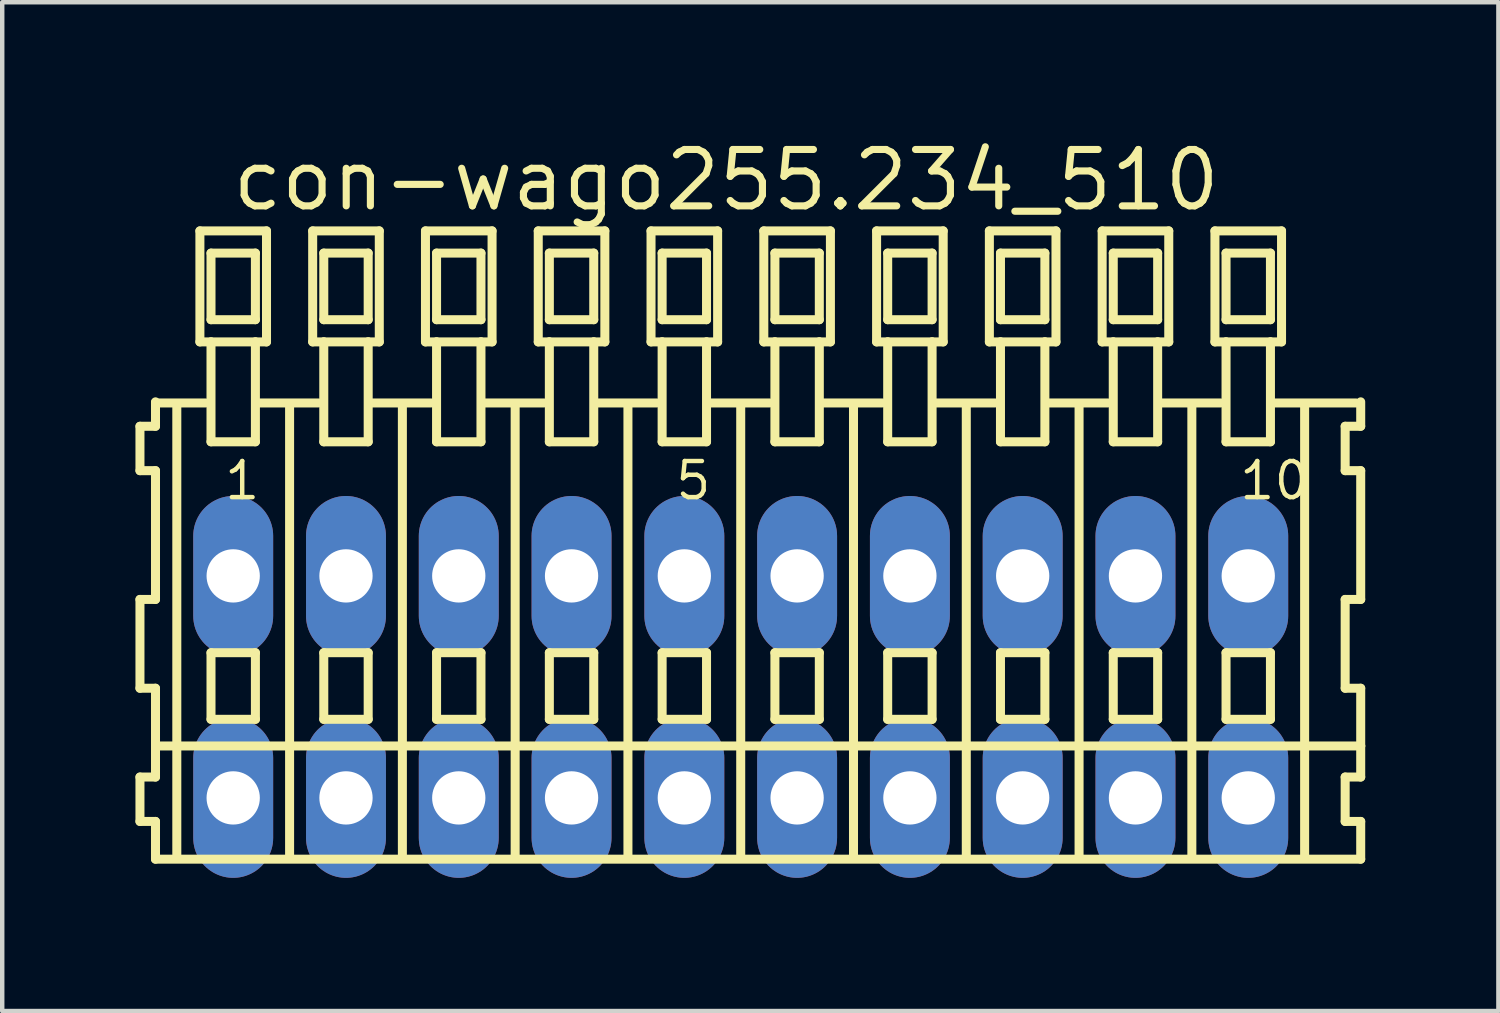
<source format=kicad_pcb>
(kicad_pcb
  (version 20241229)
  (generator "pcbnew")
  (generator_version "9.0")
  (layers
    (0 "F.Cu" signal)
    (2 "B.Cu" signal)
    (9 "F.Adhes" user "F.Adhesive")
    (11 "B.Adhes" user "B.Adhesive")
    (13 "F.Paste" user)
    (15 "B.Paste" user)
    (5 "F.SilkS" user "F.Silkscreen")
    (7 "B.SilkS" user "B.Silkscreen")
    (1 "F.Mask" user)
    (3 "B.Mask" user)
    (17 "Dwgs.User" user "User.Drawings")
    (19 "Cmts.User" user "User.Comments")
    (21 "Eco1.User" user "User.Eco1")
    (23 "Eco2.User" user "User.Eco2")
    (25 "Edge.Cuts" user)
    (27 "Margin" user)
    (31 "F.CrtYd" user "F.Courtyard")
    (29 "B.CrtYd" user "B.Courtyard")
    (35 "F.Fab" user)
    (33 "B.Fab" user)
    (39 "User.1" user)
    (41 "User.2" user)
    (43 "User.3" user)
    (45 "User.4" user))
  (footprint "con-wago255.234_510"
    (layer "F.Cu")
    (at 13.632 12.42)
    (property "Reference" "con-wago255.234_510" (at -11.53 -10.67 0) (layer "F.SilkS") (effects (font (size 1.27 1.27) (thickness 0.16)) (justify left bottom)))
    (attr through_hole)
    (fp_line (start -13.53 -5.87) (end -13.53 -4.87) (stroke (width 0.203) (type default)) (layer "F.SilkS"))
    (fp_line (start -13.53 -4.87) (end -13.18 -4.87) (stroke (width 0.203) (type default)) (layer "F.SilkS"))
    (fp_line (start -13.53 -1.97) (end -13.53 0.03) (stroke (width 0.203) (type default)) (layer "F.SilkS"))
    (fp_line (start -13.53 0.03) (end -13.18 0.03) (stroke (width 0.203) (type default)) (layer "F.SilkS"))
    (fp_line (start -13.53 2.03) (end -13.53 3.03) (stroke (width 0.203) (type default)) (layer "F.SilkS"))
    (fp_line (start -13.53 3.03) (end -13.18 3.03) (stroke (width 0.203) (type default)) (layer "F.SilkS"))
    (fp_line (start -13.18 -6.42) (end -13.18 -6.395) (stroke (width 0.203) (type default)) (layer "F.SilkS"))
    (fp_line (start -13.18 -6.395) (end -13.18 -5.87) (stroke (width 0.203) (type default)) (layer "F.SilkS"))
    (fp_line (start -13.18 -6.395) (end -12.055 -6.395) (stroke (width 0.203) (type default)) (layer "F.SilkS"))
    (fp_line (start -13.18 -5.87) (end -13.53 -5.87) (stroke (width 0.203) (type default)) (layer "F.SilkS"))
    (fp_line (start -13.18 -4.87) (end -13.18 -1.97) (stroke (width 0.203) (type default)) (layer "F.SilkS"))
    (fp_line (start -13.18 -1.97) (end -13.53 -1.97) (stroke (width 0.203) (type default)) (layer "F.SilkS"))
    (fp_line (start -13.18 0.03) (end -13.18 1.33) (stroke (width 0.203) (type default)) (layer "F.SilkS"))
    (fp_line (start -13.18 1.33) (end -13.18 2.03) (stroke (width 0.203) (type default)) (layer "F.SilkS"))
    (fp_line (start -13.18 1.33) (end 13.963 1.33) (stroke (width 0.203) (type default)) (layer "F.SilkS"))
    (fp_line (start -13.18 2.03) (end -13.53 2.03) (stroke (width 0.203) (type default)) (layer "F.SilkS"))
    (fp_line (start -13.18 3.03) (end -13.18 3.88) (stroke (width 0.203) (type default)) (layer "F.SilkS"))
    (fp_line (start -13.18 3.88) (end 13.963 3.88) (stroke (width 0.203) (type default)) (layer "F.SilkS"))
    (fp_line (start -12.7 3.83) (end -12.7 -6.33) (stroke (width 0.203) (type default)) (layer "F.SilkS"))
    (fp_line (start -12.18 -10.27) (end -12.18 -7.77) (stroke (width 0.203) (type default)) (layer "F.SilkS"))
    (fp_line (start -12.18 -7.77) (end -11.93 -7.77) (stroke (width 0.203) (type default)) (layer "F.SilkS"))
    (fp_line (start -11.93 -9.77) (end -11.93 -8.27) (stroke (width 0.203) (type default)) (layer "F.SilkS"))
    (fp_line (start -11.93 -8.27) (end -10.93 -8.27) (stroke (width 0.203) (type default)) (layer "F.SilkS"))
    (fp_line (start -11.93 -7.77) (end -11.93 -5.52) (stroke (width 0.203) (type default)) (layer "F.SilkS"))
    (fp_line (start -11.93 -7.77) (end -10.93 -7.77) (stroke (width 0.203) (type default)) (layer "F.SilkS"))
    (fp_line (start -11.93 -5.52) (end -10.93 -5.52) (stroke (width 0.203) (type default)) (layer "F.SilkS"))
    (fp_line (start -11.93 -0.77) (end -11.93 0.73) (stroke (width 0.203) (type default)) (layer "F.SilkS"))
    (fp_line (start -11.93 0.73) (end -10.93 0.73) (stroke (width 0.203) (type default)) (layer "F.SilkS"))
    (fp_line (start -10.93 -9.77) (end -11.93 -9.77) (stroke (width 0.203) (type default)) (layer "F.SilkS"))
    (fp_line (start -10.93 -8.27) (end -10.93 -9.77) (stroke (width 0.203) (type default)) (layer "F.SilkS"))
    (fp_line (start -10.93 -7.77) (end -10.68 -7.77) (stroke (width 0.203) (type default)) (layer "F.SilkS"))
    (fp_line (start -10.93 -5.52) (end -10.93 -7.77) (stroke (width 0.203) (type default)) (layer "F.SilkS"))
    (fp_line (start -10.93 -0.77) (end -11.93 -0.77) (stroke (width 0.203) (type default)) (layer "F.SilkS"))
    (fp_line (start -10.93 0.73) (end -10.93 -0.77) (stroke (width 0.203) (type default)) (layer "F.SilkS"))
    (fp_line (start -10.894 -6.395) (end -9.515 -6.395) (stroke (width 0.203) (type default)) (layer "F.SilkS"))
    (fp_line (start -10.68 -10.27) (end -12.18 -10.27) (stroke (width 0.203) (type default)) (layer "F.SilkS"))
    (fp_line (start -10.68 -7.77) (end -10.68 -10.27) (stroke (width 0.203) (type default)) (layer "F.SilkS"))
    (fp_line (start -10.16 3.83) (end -10.16 -6.33) (stroke (width 0.203) (type default)) (layer "F.SilkS"))
    (fp_line (start -9.64 -10.27) (end -9.64 -7.77) (stroke (width 0.203) (type default)) (layer "F.SilkS"))
    (fp_line (start -9.64 -7.77) (end -9.39 -7.77) (stroke (width 0.203) (type default)) (layer "F.SilkS"))
    (fp_line (start -9.39 -9.77) (end -9.39 -8.27) (stroke (width 0.203) (type default)) (layer "F.SilkS"))
    (fp_line (start -9.39 -8.27) (end -8.39 -8.27) (stroke (width 0.203) (type default)) (layer "F.SilkS"))
    (fp_line (start -9.39 -7.77) (end -9.39 -5.52) (stroke (width 0.203) (type default)) (layer "F.SilkS"))
    (fp_line (start -9.39 -7.77) (end -8.39 -7.77) (stroke (width 0.203) (type default)) (layer "F.SilkS"))
    (fp_line (start -9.39 -5.52) (end -8.39 -5.52) (stroke (width 0.203) (type default)) (layer "F.SilkS"))
    (fp_line (start -9.39 -0.77) (end -9.39 0.73) (stroke (width 0.203) (type default)) (layer "F.SilkS"))
    (fp_line (start -9.39 0.73) (end -8.39 0.73) (stroke (width 0.203) (type default)) (layer "F.SilkS"))
    (fp_line (start -8.39 -9.77) (end -9.39 -9.77) (stroke (width 0.203) (type default)) (layer "F.SilkS"))
    (fp_line (start -8.39 -8.27) (end -8.39 -9.77) (stroke (width 0.203) (type default)) (layer "F.SilkS"))
    (fp_line (start -8.39 -7.77) (end -8.14 -7.77) (stroke (width 0.203) (type default)) (layer "F.SilkS"))
    (fp_line (start -8.39 -5.52) (end -8.39 -7.77) (stroke (width 0.203) (type default)) (layer "F.SilkS"))
    (fp_line (start -8.39 -0.77) (end -9.39 -0.77) (stroke (width 0.203) (type default)) (layer "F.SilkS"))
    (fp_line (start -8.39 0.73) (end -8.39 -0.77) (stroke (width 0.203) (type default)) (layer "F.SilkS"))
    (fp_line (start -8.354 -6.395) (end -6.975 -6.395) (stroke (width 0.203) (type default)) (layer "F.SilkS"))
    (fp_line (start -8.14 -10.27) (end -9.64 -10.27) (stroke (width 0.203) (type default)) (layer "F.SilkS"))
    (fp_line (start -8.14 -7.77) (end -8.14 -10.27) (stroke (width 0.203) (type default)) (layer "F.SilkS"))
    (fp_line (start -7.62 3.83) (end -7.62 -6.33) (stroke (width 0.203) (type default)) (layer "F.SilkS"))
    (fp_line (start -7.1 -10.27) (end -7.1 -7.77) (stroke (width 0.203) (type default)) (layer "F.SilkS"))
    (fp_line (start -7.1 -7.77) (end -6.85 -7.77) (stroke (width 0.203) (type default)) (layer "F.SilkS"))
    (fp_line (start -6.85 -9.77) (end -6.85 -8.27) (stroke (width 0.203) (type default)) (layer "F.SilkS"))
    (fp_line (start -6.85 -8.27) (end -5.85 -8.27) (stroke (width 0.203) (type default)) (layer "F.SilkS"))
    (fp_line (start -6.85 -7.77) (end -6.85 -5.52) (stroke (width 0.203) (type default)) (layer "F.SilkS"))
    (fp_line (start -6.85 -7.77) (end -5.85 -7.77) (stroke (width 0.203) (type default)) (layer "F.SilkS"))
    (fp_line (start -6.85 -5.52) (end -5.85 -5.52) (stroke (width 0.203) (type default)) (layer "F.SilkS"))
    (fp_line (start -6.85 -0.77) (end -6.85 0.73) (stroke (width 0.203) (type default)) (layer "F.SilkS"))
    (fp_line (start -6.85 0.73) (end -5.85 0.73) (stroke (width 0.203) (type default)) (layer "F.SilkS"))
    (fp_line (start -5.85 -9.77) (end -6.85 -9.77) (stroke (width 0.203) (type default)) (layer "F.SilkS"))
    (fp_line (start -5.85 -8.27) (end -5.85 -9.77) (stroke (width 0.203) (type default)) (layer "F.SilkS"))
    (fp_line (start -5.85 -7.77) (end -5.6 -7.77) (stroke (width 0.203) (type default)) (layer "F.SilkS"))
    (fp_line (start -5.85 -5.52) (end -5.85 -7.77) (stroke (width 0.203) (type default)) (layer "F.SilkS"))
    (fp_line (start -5.85 -0.77) (end -6.85 -0.77) (stroke (width 0.203) (type default)) (layer "F.SilkS"))
    (fp_line (start -5.85 0.73) (end -5.85 -0.77) (stroke (width 0.203) (type default)) (layer "F.SilkS"))
    (fp_line (start -5.814 -6.395) (end -4.435 -6.395) (stroke (width 0.203) (type default)) (layer "F.SilkS"))
    (fp_line (start -5.6 -10.27) (end -7.1 -10.27) (stroke (width 0.203) (type default)) (layer "F.SilkS"))
    (fp_line (start -5.6 -7.77) (end -5.6 -10.27) (stroke (width 0.203) (type default)) (layer "F.SilkS"))
    (fp_line (start -5.08 3.83) (end -5.08 -6.33) (stroke (width 0.203) (type default)) (layer "F.SilkS"))
    (fp_line (start -4.56 -10.27) (end -4.56 -7.77) (stroke (width 0.203) (type default)) (layer "F.SilkS"))
    (fp_line (start -4.56 -7.77) (end -4.31 -7.77) (stroke (width 0.203) (type default)) (layer "F.SilkS"))
    (fp_line (start -4.31 -9.77) (end -4.31 -8.27) (stroke (width 0.203) (type default)) (layer "F.SilkS"))
    (fp_line (start -4.31 -8.27) (end -3.31 -8.27) (stroke (width 0.203) (type default)) (layer "F.SilkS"))
    (fp_line (start -4.31 -7.77) (end -4.31 -5.52) (stroke (width 0.203) (type default)) (layer "F.SilkS"))
    (fp_line (start -4.31 -7.77) (end -3.31 -7.77) (stroke (width 0.203) (type default)) (layer "F.SilkS"))
    (fp_line (start -4.31 -5.52) (end -3.31 -5.52) (stroke (width 0.203) (type default)) (layer "F.SilkS"))
    (fp_line (start -4.31 -0.77) (end -4.31 0.73) (stroke (width 0.203) (type default)) (layer "F.SilkS"))
    (fp_line (start -4.31 0.73) (end -3.31 0.73) (stroke (width 0.203) (type default)) (layer "F.SilkS"))
    (fp_line (start -3.31 -9.77) (end -4.31 -9.77) (stroke (width 0.203) (type default)) (layer "F.SilkS"))
    (fp_line (start -3.31 -8.27) (end -3.31 -9.77) (stroke (width 0.203) (type default)) (layer "F.SilkS"))
    (fp_line (start -3.31 -7.77) (end -3.06 -7.77) (stroke (width 0.203) (type default)) (layer "F.SilkS"))
    (fp_line (start -3.31 -5.52) (end -3.31 -7.77) (stroke (width 0.203) (type default)) (layer "F.SilkS"))
    (fp_line (start -3.31 -0.77) (end -4.31 -0.77) (stroke (width 0.203) (type default)) (layer "F.SilkS"))
    (fp_line (start -3.31 0.73) (end -3.31 -0.77) (stroke (width 0.203) (type default)) (layer "F.SilkS"))
    (fp_line (start -3.274 -6.395) (end -1.895 -6.395) (stroke (width 0.203) (type default)) (layer "F.SilkS"))
    (fp_line (start -3.06 -10.27) (end -4.56 -10.27) (stroke (width 0.203) (type default)) (layer "F.SilkS"))
    (fp_line (start -3.06 -7.77) (end -3.06 -10.27) (stroke (width 0.203) (type default)) (layer "F.SilkS"))
    (fp_line (start -2.54 3.83) (end -2.54 -6.33) (stroke (width 0.203) (type default)) (layer "F.SilkS"))
    (fp_line (start -2.02 -10.27) (end -2.02 -7.77) (stroke (width 0.203) (type default)) (layer "F.SilkS"))
    (fp_line (start -2.02 -7.77) (end -1.77 -7.77) (stroke (width 0.203) (type default)) (layer "F.SilkS"))
    (fp_line (start -1.77 -9.77) (end -1.77 -8.27) (stroke (width 0.203) (type default)) (layer "F.SilkS"))
    (fp_line (start -1.77 -8.27) (end -0.77 -8.27) (stroke (width 0.203) (type default)) (layer "F.SilkS"))
    (fp_line (start -1.77 -7.77) (end -1.77 -5.52) (stroke (width 0.203) (type default)) (layer "F.SilkS"))
    (fp_line (start -1.77 -7.77) (end -0.77 -7.77) (stroke (width 0.203) (type default)) (layer "F.SilkS"))
    (fp_line (start -1.77 -5.52) (end -0.77 -5.52) (stroke (width 0.203) (type default)) (layer "F.SilkS"))
    (fp_line (start -1.77 -0.77) (end -1.77 0.73) (stroke (width 0.203) (type default)) (layer "F.SilkS"))
    (fp_line (start -1.77 0.73) (end -0.77 0.73) (stroke (width 0.203) (type default)) (layer "F.SilkS"))
    (fp_line (start -0.77 -9.77) (end -1.77 -9.77) (stroke (width 0.203) (type default)) (layer "F.SilkS"))
    (fp_line (start -0.77 -8.27) (end -0.77 -9.77) (stroke (width 0.203) (type default)) (layer "F.SilkS"))
    (fp_line (start -0.77 -7.77) (end -0.52 -7.77) (stroke (width 0.203) (type default)) (layer "F.SilkS"))
    (fp_line (start -0.77 -5.52) (end -0.77 -7.77) (stroke (width 0.203) (type default)) (layer "F.SilkS"))
    (fp_line (start -0.77 -0.77) (end -1.77 -0.77) (stroke (width 0.203) (type default)) (layer "F.SilkS"))
    (fp_line (start -0.77 0.73) (end -0.77 -0.77) (stroke (width 0.203) (type default)) (layer "F.SilkS"))
    (fp_line (start -0.734 -6.395) (end 0.645 -6.395) (stroke (width 0.203) (type default)) (layer "F.SilkS"))
    (fp_line (start -0.52 -10.27) (end -2.02 -10.27) (stroke (width 0.203) (type default)) (layer "F.SilkS"))
    (fp_line (start -0.52 -7.77) (end -0.52 -10.27) (stroke (width 0.203) (type default)) (layer "F.SilkS"))
    (fp_line (start 0 3.83) (end 0 -6.33) (stroke (width 0.203) (type default)) (layer "F.SilkS"))
    (fp_line (start 0.52 -10.27) (end 0.52 -7.77) (stroke (width 0.203) (type default)) (layer "F.SilkS"))
    (fp_line (start 0.52 -7.77) (end 0.77 -7.77) (stroke (width 0.203) (type default)) (layer "F.SilkS"))
    (fp_line (start 0.77 -9.77) (end 0.77 -8.27) (stroke (width 0.203) (type default)) (layer "F.SilkS"))
    (fp_line (start 0.77 -8.27) (end 1.77 -8.27) (stroke (width 0.203) (type default)) (layer "F.SilkS"))
    (fp_line (start 0.77 -7.77) (end 0.77 -5.52) (stroke (width 0.203) (type default)) (layer "F.SilkS"))
    (fp_line (start 0.77 -7.77) (end 1.77 -7.77) (stroke (width 0.203) (type default)) (layer "F.SilkS"))
    (fp_line (start 0.77 -5.52) (end 1.77 -5.52) (stroke (width 0.203) (type default)) (layer "F.SilkS"))
    (fp_line (start 0.77 -0.77) (end 0.77 0.73) (stroke (width 0.203) (type default)) (layer "F.SilkS"))
    (fp_line (start 0.77 0.73) (end 1.77 0.73) (stroke (width 0.203) (type default)) (layer "F.SilkS"))
    (fp_line (start 1.77 -9.77) (end 0.77 -9.77) (stroke (width 0.203) (type default)) (layer "F.SilkS"))
    (fp_line (start 1.77 -8.27) (end 1.77 -9.77) (stroke (width 0.203) (type default)) (layer "F.SilkS"))
    (fp_line (start 1.77 -7.77) (end 2.02 -7.77) (stroke (width 0.203) (type default)) (layer "F.SilkS"))
    (fp_line (start 1.77 -5.52) (end 1.77 -7.77) (stroke (width 0.203) (type default)) (layer "F.SilkS"))
    (fp_line (start 1.77 -0.77) (end 0.77 -0.77) (stroke (width 0.203) (type default)) (layer "F.SilkS"))
    (fp_line (start 1.77 0.73) (end 1.77 -0.77) (stroke (width 0.203) (type default)) (layer "F.SilkS"))
    (fp_line (start 1.806 -6.395) (end 3.185 -6.395) (stroke (width 0.203) (type default)) (layer "F.SilkS"))
    (fp_line (start 2.02 -10.27) (end 0.52 -10.27) (stroke (width 0.203) (type default)) (layer "F.SilkS"))
    (fp_line (start 2.02 -7.77) (end 2.02 -10.27) (stroke (width 0.203) (type default)) (layer "F.SilkS"))
    (fp_line (start 2.54 3.83) (end 2.54 -6.33) (stroke (width 0.203) (type default)) (layer "F.SilkS"))
    (fp_line (start 3.06 -10.27) (end 3.06 -7.77) (stroke (width 0.203) (type default)) (layer "F.SilkS"))
    (fp_line (start 3.06 -7.77) (end 3.31 -7.77) (stroke (width 0.203) (type default)) (layer "F.SilkS"))
    (fp_line (start 3.31 -9.77) (end 3.31 -8.27) (stroke (width 0.203) (type default)) (layer "F.SilkS"))
    (fp_line (start 3.31 -8.27) (end 4.31 -8.27) (stroke (width 0.203) (type default)) (layer "F.SilkS"))
    (fp_line (start 3.31 -7.77) (end 3.31 -5.52) (stroke (width 0.203) (type default)) (layer "F.SilkS"))
    (fp_line (start 3.31 -7.77) (end 4.31 -7.77) (stroke (width 0.203) (type default)) (layer "F.SilkS"))
    (fp_line (start 3.31 -5.52) (end 4.31 -5.52) (stroke (width 0.203) (type default)) (layer "F.SilkS"))
    (fp_line (start 3.31 -0.77) (end 3.31 0.73) (stroke (width 0.203) (type default)) (layer "F.SilkS"))
    (fp_line (start 3.31 0.73) (end 4.31 0.73) (stroke (width 0.203) (type default)) (layer "F.SilkS"))
    (fp_line (start 4.31 -9.77) (end 3.31 -9.77) (stroke (width 0.203) (type default)) (layer "F.SilkS"))
    (fp_line (start 4.31 -8.27) (end 4.31 -9.77) (stroke (width 0.203) (type default)) (layer "F.SilkS"))
    (fp_line (start 4.31 -7.77) (end 4.56 -7.77) (stroke (width 0.203) (type default)) (layer "F.SilkS"))
    (fp_line (start 4.31 -5.52) (end 4.31 -7.77) (stroke (width 0.203) (type default)) (layer "F.SilkS"))
    (fp_line (start 4.31 -0.77) (end 3.31 -0.77) (stroke (width 0.203) (type default)) (layer "F.SilkS"))
    (fp_line (start 4.31 0.73) (end 4.31 -0.77) (stroke (width 0.203) (type default)) (layer "F.SilkS"))
    (fp_line (start 4.346 -6.395) (end 5.725 -6.395) (stroke (width 0.203) (type default)) (layer "F.SilkS"))
    (fp_line (start 4.56 -10.27) (end 3.06 -10.27) (stroke (width 0.203) (type default)) (layer "F.SilkS"))
    (fp_line (start 4.56 -7.77) (end 4.56 -10.27) (stroke (width 0.203) (type default)) (layer "F.SilkS"))
    (fp_line (start 5.08 3.83) (end 5.08 -6.33) (stroke (width 0.203) (type default)) (layer "F.SilkS"))
    (fp_line (start 5.6 -10.27) (end 5.6 -7.77) (stroke (width 0.203) (type default)) (layer "F.SilkS"))
    (fp_line (start 5.6 -7.77) (end 5.85 -7.77) (stroke (width 0.203) (type default)) (layer "F.SilkS"))
    (fp_line (start 5.85 -9.77) (end 5.85 -8.27) (stroke (width 0.203) (type default)) (layer "F.SilkS"))
    (fp_line (start 5.85 -8.27) (end 6.85 -8.27) (stroke (width 0.203) (type default)) (layer "F.SilkS"))
    (fp_line (start 5.85 -7.77) (end 5.85 -5.52) (stroke (width 0.203) (type default)) (layer "F.SilkS"))
    (fp_line (start 5.85 -7.77) (end 6.85 -7.77) (stroke (width 0.203) (type default)) (layer "F.SilkS"))
    (fp_line (start 5.85 -5.52) (end 6.85 -5.52) (stroke (width 0.203) (type default)) (layer "F.SilkS"))
    (fp_line (start 5.85 -0.77) (end 5.85 0.73) (stroke (width 0.203) (type default)) (layer "F.SilkS"))
    (fp_line (start 5.85 0.73) (end 6.85 0.73) (stroke (width 0.203) (type default)) (layer "F.SilkS"))
    (fp_line (start 6.85 -9.77) (end 5.85 -9.77) (stroke (width 0.203) (type default)) (layer "F.SilkS"))
    (fp_line (start 6.85 -8.27) (end 6.85 -9.77) (stroke (width 0.203) (type default)) (layer "F.SilkS"))
    (fp_line (start 6.85 -7.77) (end 7.1 -7.77) (stroke (width 0.203) (type default)) (layer "F.SilkS"))
    (fp_line (start 6.85 -5.52) (end 6.85 -7.77) (stroke (width 0.203) (type default)) (layer "F.SilkS"))
    (fp_line (start 6.85 -0.77) (end 5.85 -0.77) (stroke (width 0.203) (type default)) (layer "F.SilkS"))
    (fp_line (start 6.85 0.73) (end 6.85 -0.77) (stroke (width 0.203) (type default)) (layer "F.SilkS"))
    (fp_line (start 6.886 -6.395) (end 8.265 -6.395) (stroke (width 0.203) (type default)) (layer "F.SilkS"))
    (fp_line (start 7.1 -10.27) (end 5.6 -10.27) (stroke (width 0.203) (type default)) (layer "F.SilkS"))
    (fp_line (start 7.1 -7.77) (end 7.1 -10.27) (stroke (width 0.203) (type default)) (layer "F.SilkS"))
    (fp_line (start 7.62 3.83) (end 7.62 -6.33) (stroke (width 0.203) (type default)) (layer "F.SilkS"))
    (fp_line (start 8.14 -10.27) (end 8.14 -7.77) (stroke (width 0.203) (type default)) (layer "F.SilkS"))
    (fp_line (start 8.14 -7.77) (end 8.39 -7.77) (stroke (width 0.203) (type default)) (layer "F.SilkS"))
    (fp_line (start 8.39 -9.77) (end 8.39 -8.27) (stroke (width 0.203) (type default)) (layer "F.SilkS"))
    (fp_line (start 8.39 -8.27) (end 9.39 -8.27) (stroke (width 0.203) (type default)) (layer "F.SilkS"))
    (fp_line (start 8.39 -7.77) (end 8.39 -5.52) (stroke (width 0.203) (type default)) (layer "F.SilkS"))
    (fp_line (start 8.39 -7.77) (end 9.39 -7.77) (stroke (width 0.203) (type default)) (layer "F.SilkS"))
    (fp_line (start 8.39 -5.52) (end 9.39 -5.52) (stroke (width 0.203) (type default)) (layer "F.SilkS"))
    (fp_line (start 8.39 -0.77) (end 8.39 0.73) (stroke (width 0.203) (type default)) (layer "F.SilkS"))
    (fp_line (start 8.39 0.73) (end 9.39 0.73) (stroke (width 0.203) (type default)) (layer "F.SilkS"))
    (fp_line (start 9.39 -9.77) (end 8.39 -9.77) (stroke (width 0.203) (type default)) (layer "F.SilkS"))
    (fp_line (start 9.39 -8.27) (end 9.39 -9.77) (stroke (width 0.203) (type default)) (layer "F.SilkS"))
    (fp_line (start 9.39 -7.77) (end 9.64 -7.77) (stroke (width 0.203) (type default)) (layer "F.SilkS"))
    (fp_line (start 9.39 -5.52) (end 9.39 -7.77) (stroke (width 0.203) (type default)) (layer "F.SilkS"))
    (fp_line (start 9.39 -0.77) (end 8.39 -0.77) (stroke (width 0.203) (type default)) (layer "F.SilkS"))
    (fp_line (start 9.39 0.73) (end 9.39 -0.77) (stroke (width 0.203) (type default)) (layer "F.SilkS"))
    (fp_line (start 9.426 -6.395) (end 10.805 -6.395) (stroke (width 0.203) (type default)) (layer "F.SilkS"))
    (fp_line (start 9.64 -10.27) (end 8.14 -10.27) (stroke (width 0.203) (type default)) (layer "F.SilkS"))
    (fp_line (start 9.64 -7.77) (end 9.64 -10.27) (stroke (width 0.203) (type default)) (layer "F.SilkS"))
    (fp_line (start 10.16 3.83) (end 10.16 -6.33) (stroke (width 0.203) (type default)) (layer "F.SilkS"))
    (fp_line (start 10.68 -10.27) (end 10.68 -7.77) (stroke (width 0.203) (type default)) (layer "F.SilkS"))
    (fp_line (start 10.68 -7.77) (end 10.93 -7.77) (stroke (width 0.203) (type default)) (layer "F.SilkS"))
    (fp_line (start 10.93 -9.77) (end 10.93 -8.27) (stroke (width 0.203) (type default)) (layer "F.SilkS"))
    (fp_line (start 10.93 -8.27) (end 11.93 -8.27) (stroke (width 0.203) (type default)) (layer "F.SilkS"))
    (fp_line (start 10.93 -7.77) (end 10.93 -5.52) (stroke (width 0.203) (type default)) (layer "F.SilkS"))
    (fp_line (start 10.93 -7.77) (end 11.93 -7.77) (stroke (width 0.203) (type default)) (layer "F.SilkS"))
    (fp_line (start 10.93 -5.52) (end 11.93 -5.52) (stroke (width 0.203) (type default)) (layer "F.SilkS"))
    (fp_line (start 10.93 -0.77) (end 10.93 0.73) (stroke (width 0.203) (type default)) (layer "F.SilkS"))
    (fp_line (start 10.93 0.73) (end 11.93 0.73) (stroke (width 0.203) (type default)) (layer "F.SilkS"))
    (fp_line (start 11.93 -9.77) (end 10.93 -9.77) (stroke (width 0.203) (type default)) (layer "F.SilkS"))
    (fp_line (start 11.93 -8.27) (end 11.93 -9.77) (stroke (width 0.203) (type default)) (layer "F.SilkS"))
    (fp_line (start 11.93 -7.77) (end 12.18 -7.77) (stroke (width 0.203) (type default)) (layer "F.SilkS"))
    (fp_line (start 11.93 -5.52) (end 11.93 -7.77) (stroke (width 0.203) (type default)) (layer "F.SilkS"))
    (fp_line (start 11.93 -0.77) (end 10.93 -0.77) (stroke (width 0.203) (type default)) (layer "F.SilkS"))
    (fp_line (start 11.93 0.73) (end 11.93 -0.77) (stroke (width 0.203) (type default)) (layer "F.SilkS"))
    (fp_line (start 11.966 -6.395) (end 13.853 -6.395) (stroke (width 0.203) (type default)) (layer "F.SilkS"))
    (fp_line (start 12.18 -10.27) (end 10.68 -10.27) (stroke (width 0.203) (type default)) (layer "F.SilkS"))
    (fp_line (start 12.18 -7.77) (end 12.18 -10.27) (stroke (width 0.203) (type default)) (layer "F.SilkS"))
    (fp_line (start 12.7 3.83) (end 12.7 -6.33) (stroke (width 0.203) (type default)) (layer "F.SilkS"))
    (fp_line (start 13.613 -5.87) (end 13.613 -4.87) (stroke (width 0.203) (type default)) (layer "F.SilkS"))
    (fp_line (start 13.613 -4.87) (end 13.963 -4.87) (stroke (width 0.203) (type default)) (layer "F.SilkS"))
    (fp_line (start 13.613 -1.97) (end 13.613 0.03) (stroke (width 0.203) (type default)) (layer "F.SilkS"))
    (fp_line (start 13.613 0.03) (end 13.963 0.03) (stroke (width 0.203) (type default)) (layer "F.SilkS"))
    (fp_line (start 13.613 2.03) (end 13.613 3.03) (stroke (width 0.203) (type default)) (layer "F.SilkS"))
    (fp_line (start 13.613 3.03) (end 13.963 3.03) (stroke (width 0.203) (type default)) (layer "F.SilkS"))
    (fp_line (start 13.963 -5.87) (end 13.613 -5.87) (stroke (width 0.203) (type default)) (layer "F.SilkS"))
    (fp_line (start 13.963 -5.87) (end 13.963 -6.42) (stroke (width 0.203) (type default)) (layer "F.SilkS"))
    (fp_line (start 13.963 -1.97) (end 13.613 -1.97) (stroke (width 0.203) (type default)) (layer "F.SilkS"))
    (fp_line (start 13.963 -1.97) (end 13.963 -4.87) (stroke (width 0.203) (type default)) (layer "F.SilkS"))
    (fp_line (start 13.963 1.33) (end 13.963 0.03) (stroke (width 0.203) (type default)) (layer "F.SilkS"))
    (fp_line (start 13.963 2.03) (end 13.613 2.03) (stroke (width 0.203) (type default)) (layer "F.SilkS"))
    (fp_line (start 13.963 2.03) (end 13.963 1.33) (stroke (width 0.203) (type default)) (layer "F.SilkS"))
    (fp_line (start 13.963 3.88) (end 13.963 3.03) (stroke (width 0.203) (type default)) (layer "F.SilkS"))
    (fp_text user "5" (at -1.52 -4.17 0) (layer "F.SilkS") (effects (font (size 0.813 0.813) (thickness 0.1)) (justify left bottom)))
    (fp_text user "1" (at -11.68 -4.17 0) (layer "F.SilkS") (effects (font (size 0.813 0.813) (thickness 0.1)) (justify left bottom)))
    (fp_text user "10" (at 11.18 -4.17 0) (layer "F.SilkS") (effects (font (size 0.813 0.813) (thickness 0.1)) (justify left bottom)))
    (pad "A1" thru_hole oval (at -11.43 -2.5 90) (size 3.6 1.8) (drill 1.2) (layers "*.Cu" "*.Mask"))
    (pad "A2" thru_hole oval (at -8.89 -2.5 90) (size 3.6 1.8) (drill 1.2) (layers "*.Cu" "*.Mask"))
    (pad "A3" thru_hole oval (at -6.35 -2.5 90) (size 3.6 1.8) (drill 1.2) (layers "*.Cu" "*.Mask"))
    (pad "A4" thru_hole oval (at -3.81 -2.5 90) (size 3.6 1.8) (drill 1.2) (layers "*.Cu" "*.Mask"))
    (pad "A5" thru_hole oval (at -1.27 -2.5 90) (size 3.6 1.8) (drill 1.2) (layers "*.Cu" "*.Mask"))
    (pad "A6" thru_hole oval (at 1.27 -2.5 90) (size 3.6 1.8) (drill 1.2) (layers "*.Cu" "*.Mask"))
    (pad "A7" thru_hole oval (at 3.81 -2.5 90) (size 3.6 1.8) (drill 1.2) (layers "*.Cu" "*.Mask"))
    (pad "A8" thru_hole oval (at 6.35 -2.5 90) (size 3.6 1.8) (drill 1.2) (layers "*.Cu" "*.Mask"))
    (pad "A9" thru_hole oval (at 8.89 -2.5 90) (size 3.6 1.8) (drill 1.2) (layers "*.Cu" "*.Mask"))
    (pad "A10" thru_hole oval (at 11.43 -2.5 90) (size 3.6 1.8) (drill 1.2) (layers "*.Cu" "*.Mask"))
    (pad "B1" thru_hole oval (at -11.43 2.5 90) (size 3.6 1.8) (drill 1.2) (layers "*.Cu" "*.Mask"))
    (pad "B2" thru_hole oval (at -8.89 2.5 90) (size 3.6 1.8) (drill 1.2) (layers "*.Cu" "*.Mask"))
    (pad "B3" thru_hole oval (at -6.35 2.5 90) (size 3.6 1.8) (drill 1.2) (layers "*.Cu" "*.Mask"))
    (pad "B4" thru_hole oval (at -3.81 2.5 90) (size 3.6 1.8) (drill 1.2) (layers "*.Cu" "*.Mask"))
    (pad "B5" thru_hole oval (at -1.27 2.5 90) (size 3.6 1.8) (drill 1.2) (layers "*.Cu" "*.Mask"))
    (pad "B6" thru_hole oval (at 1.27 2.5 90) (size 3.6 1.8) (drill 1.2) (layers "*.Cu" "*.Mask"))
    (pad "B7" thru_hole oval (at 3.81 2.5 90) (size 3.6 1.8) (drill 1.2) (layers "*.Cu" "*.Mask"))
    (pad "B8" thru_hole oval (at 6.35 2.5 90) (size 3.6 1.8) (drill 1.2) (layers "*.Cu" "*.Mask"))
    (pad "B9" thru_hole oval (at 8.89 2.5 90) (size 3.6 1.8) (drill 1.2) (layers "*.Cu" "*.Mask"))
    (pad "B10" thru_hole oval (at 11.43 2.5 90) (size 3.6 1.8) (drill 1.2) (layers "*.Cu" "*.Mask")))
  (gr_rect
    (start -3 -3)
    (end 30.696 19.72)
    (stroke (width 0.1) (type default))
    (fill no)
    (layer "Edge.Cuts")))
</source>
